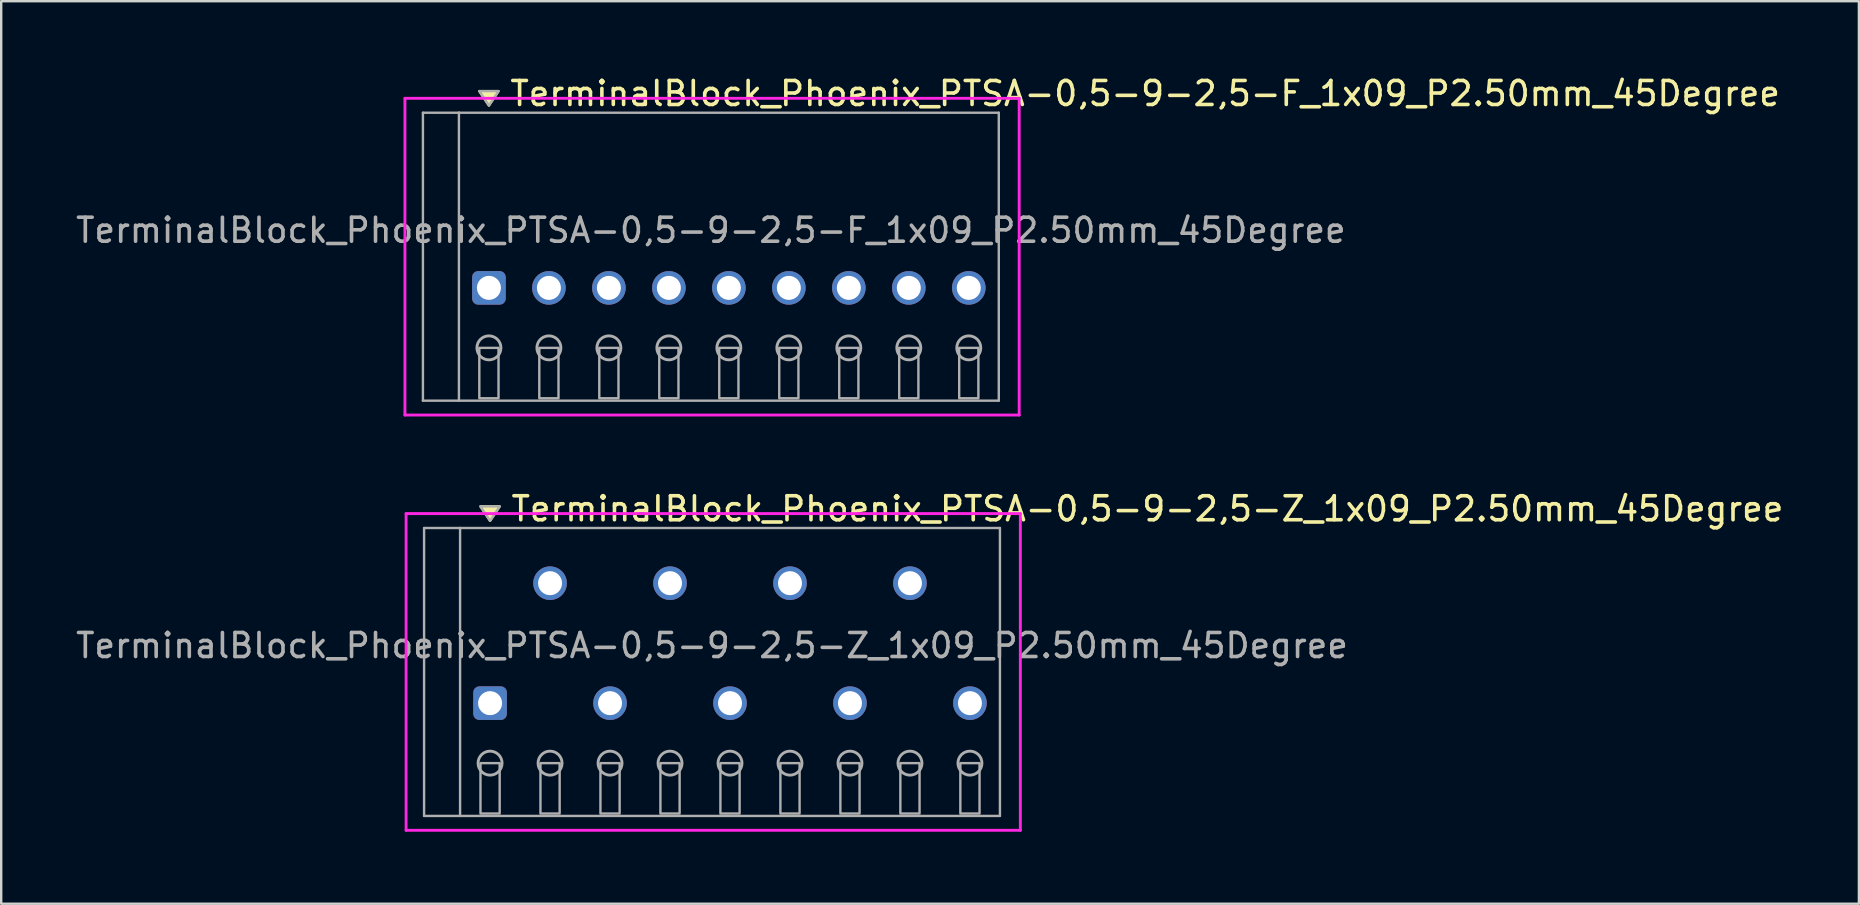
<source format=kicad_pcb>
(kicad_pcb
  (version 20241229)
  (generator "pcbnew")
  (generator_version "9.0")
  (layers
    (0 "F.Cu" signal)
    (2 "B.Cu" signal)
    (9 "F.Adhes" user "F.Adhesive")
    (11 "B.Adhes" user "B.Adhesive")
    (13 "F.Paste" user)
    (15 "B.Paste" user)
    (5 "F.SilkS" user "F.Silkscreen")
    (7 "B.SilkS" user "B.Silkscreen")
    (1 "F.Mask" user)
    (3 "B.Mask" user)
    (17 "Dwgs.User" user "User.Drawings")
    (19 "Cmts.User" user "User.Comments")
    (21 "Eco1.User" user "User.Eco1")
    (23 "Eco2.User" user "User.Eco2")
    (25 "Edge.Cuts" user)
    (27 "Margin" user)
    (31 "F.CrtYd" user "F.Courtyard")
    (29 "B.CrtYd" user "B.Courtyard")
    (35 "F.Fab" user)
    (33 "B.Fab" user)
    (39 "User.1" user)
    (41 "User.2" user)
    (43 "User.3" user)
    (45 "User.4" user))
  (footprint "TerminalBlock_Phoenix_PTSA-0,5-9-2,5-Z_1x09_P2.50mm_45Degree"
    (layer "F.Cu")
    (at 17.375 26.256)
    (property "Reference" "TerminalBlock_Phoenix_PTSA-0,5-9-2,5-Z_1x09_P2.50mm_45Degree" (at 0.8 -8.1 0) (layer "F.SilkS") (effects (font (size 1 1) (thickness 0.15)) (justify left)))
    (attr through_hole)
    (fp_poly (pts (xy 0 -7.6) (xy -0.4 -8.2) (xy 0.4 -8.2)) (stroke (width 0.1) (type solid)) (fill yes) (layer "F.SilkS"))
    (fp_line (start -3.5 -7.9) (end 22.1 -7.9) (stroke (width 0.12) (type solid)) (layer "F.CrtYd"))
    (fp_line (start -3.5 5.3) (end -3.5 -7.9) (stroke (width 0.12) (type solid)) (layer "F.CrtYd"))
    (fp_line (start 22.1 -7.9) (end 22.1 5.3) (stroke (width 0.12) (type solid)) (layer "F.CrtYd"))
    (fp_line (start 22.1 5.3) (end -3.5 5.3) (stroke (width 0.12) (type solid)) (layer "F.CrtYd"))
    (fp_line (start -2.75 -7.3) (end -1.25 -7.3) (stroke (width 0.1) (type solid)) (layer "F.Fab"))
    (fp_line (start -2.75 4.7) (end -2.75 -7.3) (stroke (width 0.1) (type solid)) (layer "F.Fab"))
    (fp_line (start -1.25 -7.3) (end -1.25 4.7) (stroke (width 0.1) (type solid)) (layer "F.Fab"))
    (fp_line (start -1.25 4.7) (end -2.75 4.7) (stroke (width 0.1) (type solid)) (layer "F.Fab"))
    (fp_line (start -1.25 4.7) (end 21.25 4.7) (stroke (width 0.1) (type solid)) (layer "F.Fab"))
    (fp_line (start 21.25 -7.3) (end -1.25 -7.3) (stroke (width 0.1) (type solid)) (layer "F.Fab"))
    (fp_line (start 21.25 4.7) (end 21.25 -7.3) (stroke (width 0.1) (type solid)) (layer "F.Fab"))
    (fp_circle (center 0 2.5) (end -0.5 2.5) (stroke (width 0.12) (type solid)) (fill no) (layer "F.Fab"))
    (fp_circle (center 2.5 2.5) (end 2 2.5) (stroke (width 0.12) (type solid)) (fill no) (layer "F.Fab"))
    (fp_circle (center 5 2.5) (end 4.5 2.5) (stroke (width 0.12) (type solid)) (fill no) (layer "F.Fab"))
    (fp_circle (center 7.5 2.5) (end 7 2.5) (stroke (width 0.12) (type solid)) (fill no) (layer "F.Fab"))
    (fp_circle (center 10 2.5) (end 9.5 2.5) (stroke (width 0.12) (type solid)) (fill no) (layer "F.Fab"))
    (fp_circle (center 12.5 2.5) (end 12 2.5) (stroke (width 0.12) (type solid)) (fill no) (layer "F.Fab"))
    (fp_circle (center 15 2.5) (end 14.5 2.5) (stroke (width 0.12) (type solid)) (fill no) (layer "F.Fab"))
    (fp_circle (center 17.5 2.5) (end 17 2.5) (stroke (width 0.12) (type solid)) (fill no) (layer "F.Fab"))
    (fp_circle (center 20 2.5) (end 19.5 2.5) (stroke (width 0.12) (type solid)) (fill no) (layer "F.Fab"))
    (fp_poly (pts (xy 0 -7.6) (xy -0.4 -8.2) (xy 0.4 -8.2)) (stroke (width 0.1) (type solid)) (fill no) (layer "F.Fab"))
    (fp_poly (pts (xy -0.4 2.5) (xy -0.4 4.6) (xy 0.4 4.6) (xy 0.4 2.5)) (stroke (width 0.1) (type solid)) (fill no) (layer "F.Fab"))
    (fp_poly (pts (xy 2.1 2.5) (xy 2.1 4.6) (xy 2.9 4.6) (xy 2.9 2.5)) (stroke (width 0.1) (type solid)) (fill no) (layer "F.Fab"))
    (fp_poly (pts (xy 4.6 2.5) (xy 4.6 4.6) (xy 5.4 4.6) (xy 5.4 2.5)) (stroke (width 0.1) (type solid)) (fill no) (layer "F.Fab"))
    (fp_poly (pts (xy 7.1 2.5) (xy 7.1 4.6) (xy 7.9 4.6) (xy 7.9 2.5)) (stroke (width 0.1) (type solid)) (fill no) (layer "F.Fab"))
    (fp_poly (pts (xy 9.6 2.5) (xy 9.6 4.6) (xy 10.4 4.6) (xy 10.4 2.5)) (stroke (width 0.1) (type solid)) (fill no) (layer "F.Fab"))
    (fp_poly (pts (xy 12.1 2.5) (xy 12.1 4.6) (xy 12.9 4.6) (xy 12.9 2.5)) (stroke (width 0.1) (type solid)) (fill no) (layer "F.Fab"))
    (fp_poly (pts (xy 14.6 2.5) (xy 14.6 4.6) (xy 15.4 4.6) (xy 15.4 2.5)) (stroke (width 0.1) (type solid)) (fill no) (layer "F.Fab"))
    (fp_poly (pts (xy 17.1 2.5) (xy 17.1 4.6) (xy 17.9 4.6) (xy 17.9 2.5)) (stroke (width 0.1) (type solid)) (fill no) (layer "F.Fab"))
    (fp_poly (pts (xy 19.6 2.5) (xy 19.6 4.6) (xy 20.4 4.6) (xy 20.4 2.5)) (stroke (width 0.1) (type solid)) (fill no) (layer "F.Fab"))
    (fp_text user "${REFERENCE}" (at 9.25 -2.4 0) (layer "F.Fab") (effects (font (size 1 1) (thickness 0.15))))
    (pad "1" thru_hole roundrect (at 0 0) (size 1.4 1.4) (drill 1) (layers "*.Cu" "*.Mask") (roundrect_rratio 0.179))
    (pad "2" thru_hole oval (at 2.5 -5) (size 1.4 1.4) (drill 1) (layers "*.Cu" "*.Mask"))
    (pad "3" thru_hole oval (at 5 0) (size 1.4 1.4) (drill 1) (layers "*.Cu" "*.Mask"))
    (pad "4" thru_hole oval (at 7.5 -5) (size 1.4 1.4) (drill 1) (layers "*.Cu" "*.Mask"))
    (pad "5" thru_hole oval (at 10 0) (size 1.4 1.4) (drill 1) (layers "*.Cu" "*.Mask"))
    (pad "6" thru_hole oval (at 12.5 -5) (size 1.4 1.4) (drill 1) (layers "*.Cu" "*.Mask"))
    (pad "7" thru_hole oval (at 15 0) (size 1.4 1.4) (drill 1) (layers "*.Cu" "*.Mask"))
    (pad "8" thru_hole oval (at 17.5 -5) (size 1.4 1.4) (drill 1) (layers "*.Cu" "*.Mask"))
    (pad "9" thru_hole oval (at 20 0) (size 1.4 1.4) (drill 1) (layers "*.Cu" "*.Mask")))
  (footprint "TerminalBlock_Phoenix_PTSA-0,5-9-2,5-F_1x09_P2.50mm_45Degree"
    (layer "F.Cu")
    (at 17.327 8.948)
    (property "Reference" "TerminalBlock_Phoenix_PTSA-0,5-9-2,5-F_1x09_P2.50mm_45Degree" (at 0.8 -8.1 0) (layer "F.SilkS") (effects (font (size 1 1) (thickness 0.15)) (justify left)))
    (attr through_hole)
    (fp_poly (pts (xy 0 -7.6) (xy -0.4 -8.2) (xy 0.4 -8.2)) (stroke (width 0.1) (type solid)) (fill yes) (layer "F.SilkS"))
    (fp_line (start -3.5 -7.9) (end 22.1 -7.9) (stroke (width 0.12) (type solid)) (layer "F.CrtYd"))
    (fp_line (start -3.5 5.3) (end -3.5 -7.9) (stroke (width 0.12) (type solid)) (layer "F.CrtYd"))
    (fp_line (start 22.1 -7.9) (end 22.1 5.3) (stroke (width 0.12) (type solid)) (layer "F.CrtYd"))
    (fp_line (start 22.1 5.3) (end -3.5 5.3) (stroke (width 0.12) (type solid)) (layer "F.CrtYd"))
    (fp_line (start -2.75 -7.3) (end -1.25 -7.3) (stroke (width 0.1) (type solid)) (layer "F.Fab"))
    (fp_line (start -2.75 4.7) (end -2.75 -7.3) (stroke (width 0.1) (type solid)) (layer "F.Fab"))
    (fp_line (start -1.25 -7.3) (end -1.25 4.7) (stroke (width 0.1) (type solid)) (layer "F.Fab"))
    (fp_line (start -1.25 4.7) (end -2.75 4.7) (stroke (width 0.1) (type solid)) (layer "F.Fab"))
    (fp_line (start -1.25 4.7) (end 21.25 4.7) (stroke (width 0.1) (type solid)) (layer "F.Fab"))
    (fp_line (start 21.25 -7.3) (end -1.25 -7.3) (stroke (width 0.1) (type solid)) (layer "F.Fab"))
    (fp_line (start 21.25 4.7) (end 21.25 -7.3) (stroke (width 0.1) (type solid)) (layer "F.Fab"))
    (fp_circle (center 0 2.5) (end -0.5 2.5) (stroke (width 0.12) (type solid)) (fill no) (layer "F.Fab"))
    (fp_circle (center 2.5 2.5) (end 2 2.5) (stroke (width 0.12) (type solid)) (fill no) (layer "F.Fab"))
    (fp_circle (center 5 2.5) (end 4.5 2.5) (stroke (width 0.12) (type solid)) (fill no) (layer "F.Fab"))
    (fp_circle (center 7.5 2.5) (end 7 2.5) (stroke (width 0.12) (type solid)) (fill no) (layer "F.Fab"))
    (fp_circle (center 10 2.5) (end 9.5 2.5) (stroke (width 0.12) (type solid)) (fill no) (layer "F.Fab"))
    (fp_circle (center 12.5 2.5) (end 12 2.5) (stroke (width 0.12) (type solid)) (fill no) (layer "F.Fab"))
    (fp_circle (center 15 2.5) (end 14.5 2.5) (stroke (width 0.12) (type solid)) (fill no) (layer "F.Fab"))
    (fp_circle (center 17.5 2.5) (end 17 2.5) (stroke (width 0.12) (type solid)) (fill no) (layer "F.Fab"))
    (fp_circle (center 20 2.5) (end 19.5 2.5) (stroke (width 0.12) (type solid)) (fill no) (layer "F.Fab"))
    (fp_poly (pts (xy 0 -7.6) (xy -0.4 -8.2) (xy 0.4 -8.2)) (stroke (width 0.1) (type solid)) (fill no) (layer "F.Fab"))
    (fp_poly (pts (xy -0.4 2.5) (xy -0.4 4.6) (xy 0.4 4.6) (xy 0.4 2.5)) (stroke (width 0.1) (type solid)) (fill no) (layer "F.Fab"))
    (fp_poly (pts (xy 2.1 2.5) (xy 2.1 4.6) (xy 2.9 4.6) (xy 2.9 2.5)) (stroke (width 0.1) (type solid)) (fill no) (layer "F.Fab"))
    (fp_poly (pts (xy 4.6 2.5) (xy 4.6 4.6) (xy 5.4 4.6) (xy 5.4 2.5)) (stroke (width 0.1) (type solid)) (fill no) (layer "F.Fab"))
    (fp_poly (pts (xy 7.1 2.5) (xy 7.1 4.6) (xy 7.9 4.6) (xy 7.9 2.5)) (stroke (width 0.1) (type solid)) (fill no) (layer "F.Fab"))
    (fp_poly (pts (xy 9.6 2.5) (xy 9.6 4.6) (xy 10.4 4.6) (xy 10.4 2.5)) (stroke (width 0.1) (type solid)) (fill no) (layer "F.Fab"))
    (fp_poly (pts (xy 12.1 2.5) (xy 12.1 4.6) (xy 12.9 4.6) (xy 12.9 2.5)) (stroke (width 0.1) (type solid)) (fill no) (layer "F.Fab"))
    (fp_poly (pts (xy 14.6 2.5) (xy 14.6 4.6) (xy 15.4 4.6) (xy 15.4 2.5)) (stroke (width 0.1) (type solid)) (fill no) (layer "F.Fab"))
    (fp_poly (pts (xy 17.1 2.5) (xy 17.1 4.6) (xy 17.9 4.6) (xy 17.9 2.5)) (stroke (width 0.1) (type solid)) (fill no) (layer "F.Fab"))
    (fp_poly (pts (xy 19.6 2.5) (xy 19.6 4.6) (xy 20.4 4.6) (xy 20.4 2.5)) (stroke (width 0.1) (type solid)) (fill no) (layer "F.Fab"))
    (fp_text user "${REFERENCE}" (at 9.25 -2.4 0) (layer "F.Fab") (effects (font (size 1 1) (thickness 0.15))))
    (pad "1" thru_hole roundrect (at 0 0) (size 1.4 1.4) (drill 1) (layers "*.Cu" "*.Mask") (roundrect_rratio 0.179))
    (pad "2" thru_hole oval (at 2.5 0) (size 1.4 1.4) (drill 1) (layers "*.Cu" "*.Mask"))
    (pad "3" thru_hole oval (at 5 0) (size 1.4 1.4) (drill 1) (layers "*.Cu" "*.Mask"))
    (pad "4" thru_hole oval (at 7.5 0) (size 1.4 1.4) (drill 1) (layers "*.Cu" "*.Mask"))
    (pad "5" thru_hole oval (at 10 0) (size 1.4 1.4) (drill 1) (layers "*.Cu" "*.Mask"))
    (pad "6" thru_hole oval (at 12.5 0) (size 1.4 1.4) (drill 1) (layers "*.Cu" "*.Mask"))
    (pad "7" thru_hole oval (at 15 0) (size 1.4 1.4) (drill 1) (layers "*.Cu" "*.Mask"))
    (pad "8" thru_hole oval (at 17.5 0) (size 1.4 1.4) (drill 1) (layers "*.Cu" "*.Mask"))
    (pad "9" thru_hole oval (at 20 0) (size 1.4 1.4) (drill 1) (layers "*.Cu" "*.Mask")))
  (gr_rect
    (start -3 -3)
    (end 74.425 34.617)
    (stroke (width 0.1) (type default))
    (fill no)
    (layer "Edge.Cuts")))
</source>
